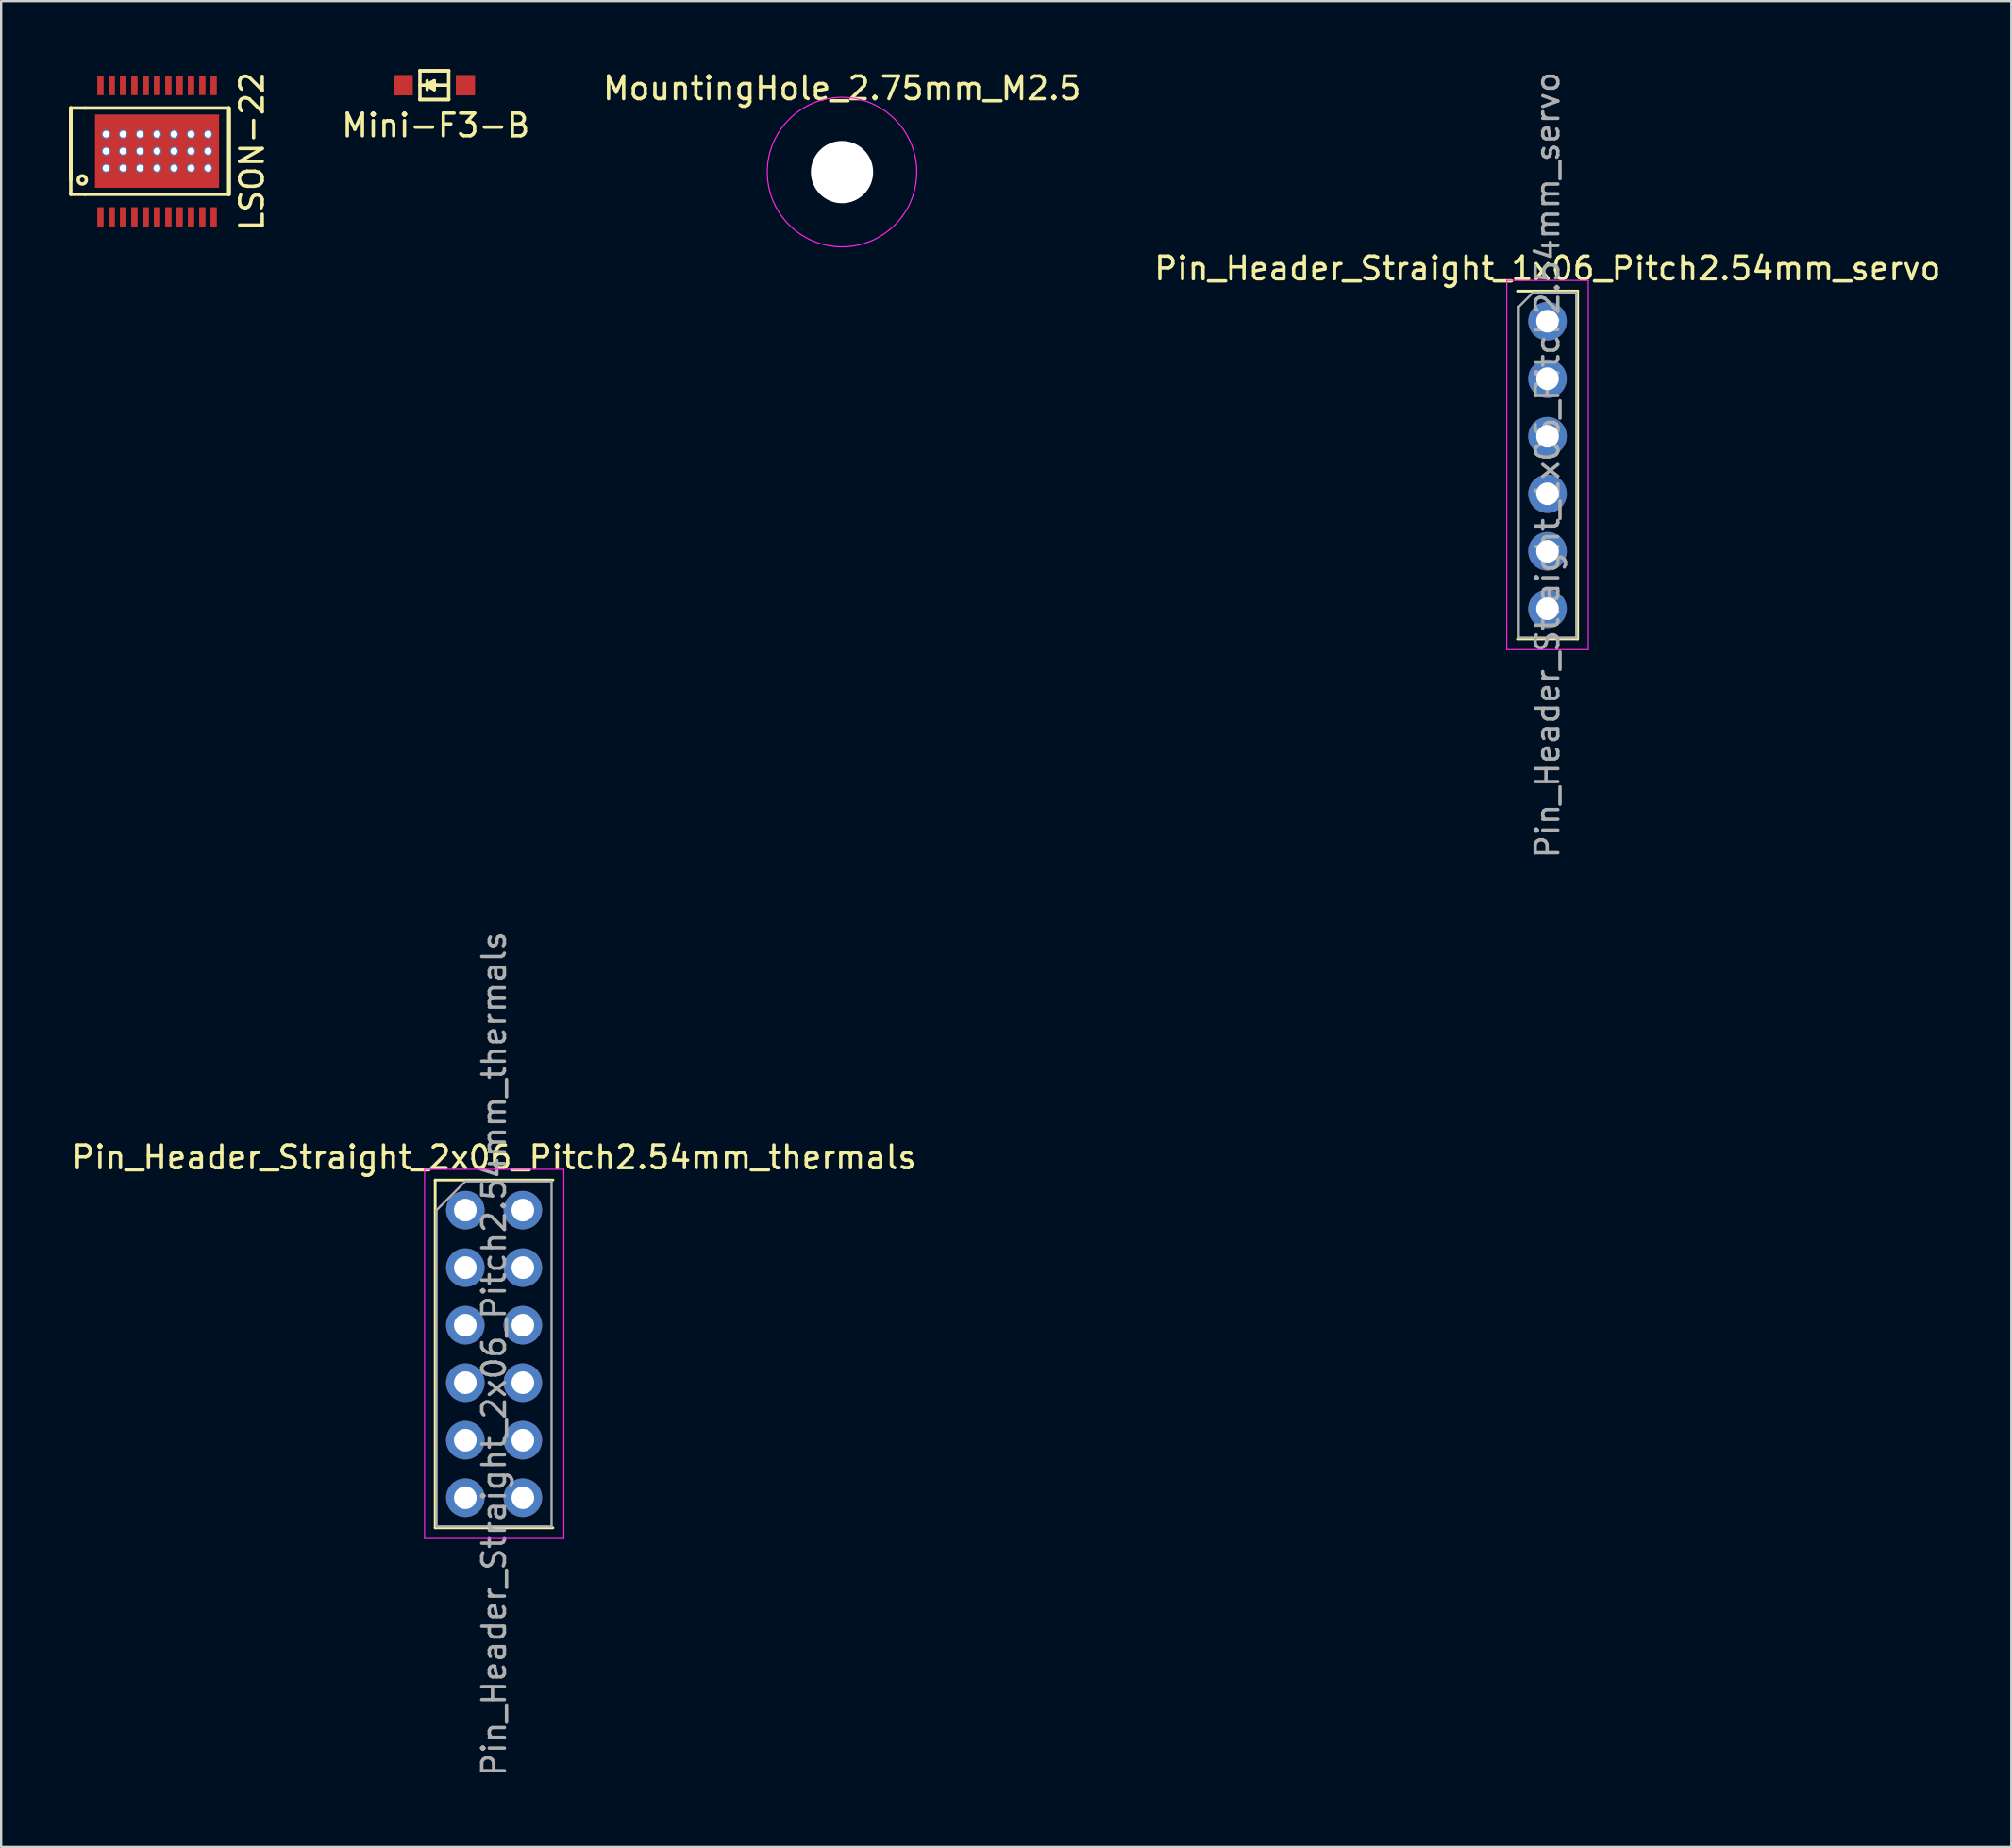
<source format=kicad_pcb>
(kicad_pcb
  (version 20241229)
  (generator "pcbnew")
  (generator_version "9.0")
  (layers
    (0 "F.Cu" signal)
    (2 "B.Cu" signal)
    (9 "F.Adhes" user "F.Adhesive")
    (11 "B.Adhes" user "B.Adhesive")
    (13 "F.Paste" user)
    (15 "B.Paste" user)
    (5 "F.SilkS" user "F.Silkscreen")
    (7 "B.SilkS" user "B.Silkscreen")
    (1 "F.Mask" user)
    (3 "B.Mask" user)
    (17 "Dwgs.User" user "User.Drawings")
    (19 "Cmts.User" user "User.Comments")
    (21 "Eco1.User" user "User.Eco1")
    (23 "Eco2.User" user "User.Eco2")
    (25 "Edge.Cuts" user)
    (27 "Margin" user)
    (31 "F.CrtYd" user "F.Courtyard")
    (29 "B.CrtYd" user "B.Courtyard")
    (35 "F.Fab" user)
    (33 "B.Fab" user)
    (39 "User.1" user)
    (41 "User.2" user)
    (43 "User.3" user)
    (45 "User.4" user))
  (footprint "MountingHole_2.75mm_M2.5"
    (layer "F.Cu")
    (at 34.133 4.548)
    (property "Reference" "MountingHole_2.75mm_M2.5" (at 0 -3.7 0) (layer "F.SilkS") (effects (font (size 1 1) (thickness 0.15))))
    (attr through_hole)
    (fp_circle (center 0 0) (end 3.3 0.05) (stroke (width 0.05) (type solid)) (fill no) (layer "F.CrtYd"))
    (pad "" smd circle (at 0 0) (size 2.4 2.4) (layers "F.Cu" "F.Mask"))
    (pad "" smd circle (at 0 0) (size 2.4 2.4) (layers "B.Cu" "B.Mask"))
    (pad "" np_thru_hole circle (at 0 0) (size 2.75 2.75) (drill 2.75) (layers "*.Cu" "*.Mask")))
  (footprint "Mini-F3-B"
    (layer "F.Cu")
    (at 16.129 0.71)
    (property "Reference" "Mini-F3-B" (at 0.064 1.778 0) (layer "F.SilkS") (effects (font (size 1 1) (thickness 0.15))))
    (attr through_hole)
    (fp_line (start -0.635 -0.635) (end -0.635 0.635) (stroke (width 0.15) (type solid)) (layer "F.SilkS"))
    (fp_line (start -0.635 -0.635) (end 0.635 -0.635) (stroke (width 0.15) (type solid)) (layer "F.SilkS"))
    (fp_line (start -0.635 0) (end -0.381 0) (stroke (width 0.15) (type solid)) (layer "F.SilkS"))
    (fp_line (start -0.635 0.635) (end 0.635 0.635) (stroke (width 0.15) (type solid)) (layer "F.SilkS"))
    (fp_line (start -0.635 0.635) (end 0.635 0.635) (stroke (width 0.15) (type solid)) (layer "F.SilkS"))
    (fp_line (start -0.318 -0.191) (end -0.318 0.191) (stroke (width 0.15) (type solid)) (layer "F.SilkS"))
    (fp_line (start -0.318 0) (end 0 0.191) (stroke (width 0.15) (type solid)) (layer "F.SilkS"))
    (fp_line (start -0.254 0) (end 0 -0.191) (stroke (width 0.15) (type solid)) (layer "F.SilkS"))
    (fp_line (start 0 -0.191) (end -0.381 0) (stroke (width 0.15) (type solid)) (layer "F.SilkS"))
    (fp_line (start 0 -0.191) (end 0 0.127) (stroke (width 0.15) (type solid)) (layer "F.SilkS"))
    (fp_line (start 0 0.191) (end -0.318 0) (stroke (width 0.15) (type solid)) (layer "F.SilkS"))
    (fp_line (start 0 0.191) (end 0 0.064) (stroke (width 0.15) (type solid)) (layer "F.SilkS"))
    (fp_line (start 0.127 0) (end -0.191 0) (stroke (width 0.15) (type solid)) (layer "F.SilkS"))
    (fp_line (start 0.572 0) (end 0.127 0) (stroke (width 0.15) (type solid)) (layer "F.SilkS"))
    (fp_line (start 0.635 -0.635) (end -0.635 -0.635) (stroke (width 0.15) (type solid)) (layer "F.SilkS"))
    (fp_line (start 0.635 0.635) (end 0.635 -0.635) (stroke (width 0.15) (type solid)) (layer "F.SilkS"))
    (pad "1" smd rect (at -1.375 0) (size 0.85 0.9) (layers "F.Cu" "F.Mask" "F.Paste"))
    (pad "2" smd rect (at 1.375 0) (size 0.85 0.9) (layers "F.Cu" "F.Mask" "F.Paste")))
  (footprint "Pin_Header_Straight_1x06_Pitch2.54mm_servo"
    (layer "F.Cu")
    (at 65.287 11.132)
    (property "Reference" "Pin_Header_Straight_1x06_Pitch2.54mm_servo" (at 0 -2.33 0) (layer "F.SilkS") (effects (font (size 1 1) (thickness 0.15))))
    (attr through_hole)
    (fp_line (start -1.33 -1.33) (end 1.33 -1.33) (stroke (width 0.12) (type solid)) (layer "F.SilkS"))
    (fp_line (start -1.33 14.03) (end 1.33 14.03) (stroke (width 0.12) (type solid)) (layer "F.SilkS"))
    (fp_line (start 1.33 -1.33) (end 1.33 14.03) (stroke (width 0.12) (type solid)) (layer "F.SilkS"))
    (fp_line (start -1.8 -1.8) (end -1.8 14.5) (stroke (width 0.05) (type solid)) (layer "F.CrtYd"))
    (fp_line (start -1.8 14.5) (end 1.8 14.5) (stroke (width 0.05) (type solid)) (layer "F.CrtYd"))
    (fp_line (start 1.8 -1.8) (end -1.8 -1.8) (stroke (width 0.05) (type solid)) (layer "F.CrtYd"))
    (fp_line (start 1.8 14.5) (end 1.8 -1.8) (stroke (width 0.05) (type solid)) (layer "F.CrtYd"))
    (fp_line (start -1.27 -0.635) (end -0.635 -1.27) (stroke (width 0.1) (type solid)) (layer "F.Fab"))
    (fp_line (start -1.27 13.97) (end -1.27 -0.635) (stroke (width 0.1) (type solid)) (layer "F.Fab"))
    (fp_line (start -0.635 -1.27) (end 1.27 -1.27) (stroke (width 0.1) (type solid)) (layer "F.Fab"))
    (fp_line (start 1.27 -1.27) (end 1.27 13.97) (stroke (width 0.1) (type solid)) (layer "F.Fab"))
    (fp_line (start 1.27 13.97) (end -1.27 13.97) (stroke (width 0.1) (type solid)) (layer "F.Fab"))
    (fp_text user "${REFERENCE}" (at 0 6.35 90) (layer "F.Fab") (effects (font (size 1 1) (thickness 0.15))))
    (pad "1" thru_hole oval (at 0 0) (size 1.7 1.7) (drill 1) (layers "*.Cu" "*.Mask"))
    (pad "2" thru_hole oval (at 0 2.54) (size 1.7 1.7) (drill 1) (layers "*.Cu" "*.Mask"))
    (pad "3" thru_hole oval (at 0 5.08) (size 1.7 1.7) (drill 1) (layers "*.Cu" "*.Mask"))
    (pad "4" thru_hole oval (at 0 7.62) (size 1.7 1.7) (drill 1) (layers "*.Cu" "*.Mask"))
    (pad "5" thru_hole oval (at 0 10.16) (size 1.7 1.7) (drill 1) (layers "*.Cu" "*.Mask"))
    (pad "6" thru_hole oval (at 0 12.7) (size 1.7 1.7) (drill 1) (layers "*.Cu" "*.Mask")))
  (footprint "Pin_Header_Straight_2x06_Pitch2.54mm_thermals"
    (layer "F.Cu")
    (at 17.498 50.382)
    (property "Reference" "Pin_Header_Straight_2x06_Pitch2.54mm_thermals" (at 1.27 -2.33 0) (layer "F.SilkS") (effects (font (size 1 1) (thickness 0.15))))
    (attr through_hole)
    (fp_line (start -1.33 -1.33) (end -1.33 14.03) (stroke (width 0.12) (type solid)) (layer "F.SilkS"))
    (fp_line (start -1.33 -1.33) (end 3.87 -1.33) (stroke (width 0.12) (type solid)) (layer "F.SilkS"))
    (fp_line (start -1.33 14.03) (end 3.87 14.03) (stroke (width 0.12) (type solid)) (layer "F.SilkS"))
    (fp_line (start -1.8 -1.8) (end -1.8 14.5) (stroke (width 0.05) (type solid)) (layer "F.CrtYd"))
    (fp_line (start -1.8 14.5) (end 4.35 14.5) (stroke (width 0.05) (type solid)) (layer "F.CrtYd"))
    (fp_line (start 4.35 -1.8) (end -1.8 -1.8) (stroke (width 0.05) (type solid)) (layer "F.CrtYd"))
    (fp_line (start 4.35 14.5) (end 4.35 -1.8) (stroke (width 0.05) (type solid)) (layer "F.CrtYd"))
    (fp_line (start -1.27 0) (end 0 -1.27) (stroke (width 0.1) (type solid)) (layer "F.Fab"))
    (fp_line (start -1.27 13.97) (end -1.27 0) (stroke (width 0.1) (type solid)) (layer "F.Fab"))
    (fp_line (start 0 -1.27) (end 3.81 -1.27) (stroke (width 0.1) (type solid)) (layer "F.Fab"))
    (fp_line (start 3.81 -1.27) (end 3.81 13.97) (stroke (width 0.1) (type solid)) (layer "F.Fab"))
    (fp_line (start 3.81 13.97) (end -1.27 13.97) (stroke (width 0.1) (type solid)) (layer "F.Fab"))
    (fp_text user "${REFERENCE}" (at 1.27 6.35 90) (layer "F.Fab") (effects (font (size 1 1) (thickness 0.15))))
    (pad "1" thru_hole oval (at 0 0) (size 1.7 1.7) (drill 1) (layers "*.Cu" "*.Mask"))
    (pad "2" thru_hole oval (at 2.54 0) (size 1.7 1.7) (drill 1) (layers "*.Cu" "*.Mask"))
    (pad "3" thru_hole oval (at 0 2.54) (size 1.7 1.7) (drill 1) (layers "*.Cu" "*.Mask"))
    (pad "4" thru_hole oval (at 2.54 2.54) (size 1.7 1.7) (drill 1) (layers "*.Cu" "*.Mask"))
    (pad "5" thru_hole oval (at 0 5.08) (size 1.7 1.7) (drill 1) (layers "*.Cu" "*.Mask"))
    (pad "6" thru_hole oval (at 2.54 5.08) (size 1.7 1.7) (drill 1) (layers "*.Cu" "*.Mask"))
    (pad "7" thru_hole oval (at 0 7.62) (size 1.7 1.7) (drill 1) (layers "*.Cu" "*.Mask"))
    (pad "8" thru_hole oval (at 2.54 7.62) (size 1.7 1.7) (drill 1) (layers "*.Cu" "*.Mask"))
    (pad "9" thru_hole oval (at 0 10.16) (size 1.7 1.7) (drill 1) (layers "*.Cu" "*.Mask"))
    (pad "10" thru_hole oval (at 2.54 10.16) (size 1.7 1.7) (drill 1) (layers "*.Cu" "*.Mask"))
    (pad "11" thru_hole oval (at 0 12.7) (size 1.7 1.7) (drill 1) (layers "*.Cu" "*.Mask"))
    (pad "12" thru_hole oval (at 2.54 12.7) (size 1.7 1.7) (drill 1) (layers "*.Cu" "*.Mask")))
  (footprint "LSON-22"
    (layer "F.Cu")
    (at 3.885 3.625)
    (property "Reference" "LSON-22" (at 4.191 0 90) (layer "F.SilkS") (effects (font (size 1 1) (thickness 0.15))))
    (attr through_hole)
    (fp_line (start -3.81 -1.905) (end -3.81 1.27) (stroke (width 0.15) (type solid)) (layer "F.SilkS"))
    (fp_line (start -3.81 -1.905) (end -3.81 1.905) (stroke (width 0.15) (type solid)) (layer "F.SilkS"))
    (fp_line (start -3.81 1.27) (end -3.81 -1.905) (stroke (width 0.15) (type solid)) (layer "F.SilkS"))
    (fp_line (start -3.175 -1.905) (end -3.81 -1.905) (stroke (width 0.15) (type solid)) (layer "F.SilkS"))
    (fp_line (start -3.175 1.905) (end -3.81 1.905) (stroke (width 0.15) (type solid)) (layer "F.SilkS"))
    (fp_line (start -3.175 1.905) (end 3.175 1.905) (stroke (width 0.15) (type solid)) (layer "F.SilkS"))
    (fp_line (start 3.175 -1.905) (end -3.175 -1.905) (stroke (width 0.15) (type solid)) (layer "F.SilkS"))
    (fp_line (start 3.175 -1.905) (end 3.175 1.905) (stroke (width 0.15) (type solid)) (layer "F.SilkS"))
    (fp_line (start 3.175 1.905) (end 3.175 -1.905) (stroke (width 0.15) (type solid)) (layer "F.SilkS"))
    (fp_line (start 3.175 1.905) (end 3.175 -1.905) (stroke (width 0.15) (type solid)) (layer "F.SilkS"))
    (fp_circle (center -3.302 1.27) (end -3.429 1.397) (stroke (width 0.15) (type solid)) (fill no) (layer "F.SilkS"))
    (pad "1" smd rect (at -2.5 2.9) (size 0.28 0.85) (layers "F.Cu" "F.Mask" "F.Paste"))
    (pad "2" smd rect (at -2 2.9) (size 0.28 0.85) (layers "F.Cu" "F.Mask" "F.Paste"))
    (pad "3" smd rect (at -1.5 2.9) (size 0.28 0.85) (layers "F.Cu" "F.Mask" "F.Paste"))
    (pad "4" smd rect (at -1 2.9) (size 0.28 0.85) (layers "F.Cu" "F.Mask" "F.Paste"))
    (pad "5" smd rect (at -0.5 2.9) (size 0.28 0.85) (layers "F.Cu" "F.Mask" "F.Paste"))
    (pad "6" smd rect (at 0 2.9) (size 0.28 0.85) (layers "F.Cu" "F.Mask" "F.Paste"))
    (pad "7" smd rect (at 0.5 2.9) (size 0.28 0.85) (layers "F.Cu" "F.Mask" "F.Paste"))
    (pad "8" smd rect (at 1 2.9) (size 0.28 0.85) (layers "F.Cu" "F.Mask" "F.Paste"))
    (pad "9" smd rect (at 1.5 2.9) (size 0.28 0.85) (layers "F.Cu" "F.Mask" "F.Paste"))
    (pad "10" smd rect (at 2 2.9) (size 0.28 0.85) (layers "F.Cu" "F.Mask" "F.Paste"))
    (pad "11" smd rect (at 2.5 2.9) (size 0.28 0.85) (layers "F.Cu" "F.Mask" "F.Paste"))
    (pad "12" smd rect (at 2.5 -2.9) (size 0.28 0.85) (layers "F.Cu" "F.Mask" "F.Paste"))
    (pad "13" smd rect (at 2 -2.9) (size 0.28 0.85) (layers "F.Cu" "F.Mask" "F.Paste"))
    (pad "14" smd rect (at 1.5 -2.9) (size 0.28 0.85) (layers "F.Cu" "F.Mask" "F.Paste"))
    (pad "15" smd rect (at 1 -2.9) (size 0.28 0.85) (layers "F.Cu" "F.Mask" "F.Paste"))
    (pad "16" smd rect (at 0.5 -2.9) (size 0.28 0.85) (layers "F.Cu" "F.Mask" "F.Paste"))
    (pad "17" smd rect (at 0 -2.9) (size 0.28 0.85) (layers "F.Cu" "F.Mask" "F.Paste"))
    (pad "18" smd rect (at -0.5 -2.9) (size 0.28 0.85) (layers "F.Cu" "F.Mask" "F.Paste"))
    (pad "19" smd rect (at -1 -2.9) (size 0.28 0.85) (layers "F.Cu" "F.Mask" "F.Paste"))
    (pad "20" smd rect (at -1.5 -2.9) (size 0.28 0.85) (layers "F.Cu" "F.Mask" "F.Paste"))
    (pad "21" smd rect (at -2 -2.9) (size 0.28 0.85) (layers "F.Cu" "F.Mask" "F.Paste"))
    (pad "22" smd rect (at -2.5 -2.9) (size 0.28 0.85) (layers "F.Cu" "F.Mask" "F.Paste"))
    (pad "23" thru_hole circle (at -2.25 -0.75) (size 0.4 0.4) (drill 0.3) (layers "*.Cu" "*.Mask"))
    (pad "23" thru_hole circle (at -2.25 0) (size 0.4 0.4) (drill 0.3) (layers "*.Cu" "*.Mask"))
    (pad "23" thru_hole circle (at -2.25 0.75) (size 0.4 0.4) (drill 0.3) (layers "*.Cu" "*.Mask"))
    (pad "23" thru_hole circle (at -1.5 -0.75) (size 0.4 0.4) (drill 0.3) (layers "*.Cu" "*.Mask"))
    (pad "23" thru_hole circle (at -1.5 0) (size 0.4 0.4) (drill 0.3) (layers "*.Cu" "*.Mask"))
    (pad "23" thru_hole circle (at -1.5 0.75) (size 0.4 0.4) (drill 0.3) (layers "*.Cu" "*.Mask"))
    (pad "23" thru_hole circle (at -0.75 -0.75) (size 0.4 0.4) (drill 0.3) (layers "*.Cu" "*.Mask"))
    (pad "23" thru_hole circle (at -0.75 0) (size 0.4 0.4) (drill 0.3) (layers "*.Cu" "*.Mask"))
    (pad "23" thru_hole circle (at -0.75 0.75) (size 0.4 0.4) (drill 0.3) (layers "*.Cu" "*.Mask"))
    (pad "23" thru_hole circle (at 0 -0.75) (size 0.4 0.4) (drill 0.3) (layers "*.Cu" "*.Mask"))
    (pad "23" thru_hole circle (at 0 0) (size 0.4 0.4) (drill 0.3) (layers "*.Cu" "*.Mask"))
    (pad "23" smd rect (at 0 0) (size 5.48 3.24) (layers "F.Cu" "F.Mask" "F.Paste"))
    (pad "23" thru_hole circle (at 0 0.75) (size 0.4 0.4) (drill 0.3) (layers "*.Cu" "*.Mask"))
    (pad "23" thru_hole circle (at 0.75 -0.75) (size 0.4 0.4) (drill 0.3) (layers "*.Cu" "*.Mask"))
    (pad "23" thru_hole circle (at 0.75 0) (size 0.4 0.4) (drill 0.3) (layers "*.Cu" "*.Mask"))
    (pad "23" thru_hole circle (at 0.75 0.75) (size 0.4 0.4) (drill 0.3) (layers "*.Cu" "*.Mask"))
    (pad "23" thru_hole circle (at 1.5 -0.75) (size 0.4 0.4) (drill 0.3) (layers "*.Cu" "*.Mask"))
    (pad "23" thru_hole circle (at 1.5 0) (size 0.4 0.4) (drill 0.3) (layers "*.Cu" "*.Mask"))
    (pad "23" thru_hole circle (at 1.5 0.75) (size 0.4 0.4) (drill 0.3) (layers "*.Cu" "*.Mask"))
    (pad "23" thru_hole circle (at 2.25 -0.75) (size 0.4 0.4) (drill 0.3) (layers "*.Cu" "*.Mask"))
    (pad "23" thru_hole circle (at 2.25 0) (size 0.4 0.4) (drill 0.3) (layers "*.Cu" "*.Mask"))
    (pad "23" thru_hole circle (at 2.25 0.75) (size 0.4 0.4) (drill 0.3) (layers "*.Cu" "*.Mask")))
  (gr_rect
    (start -3 -3)
    (end 85.769 78.5)
    (stroke (width 0.1) (type default))
    (fill no)
    (layer "Edge.Cuts")))
</source>
